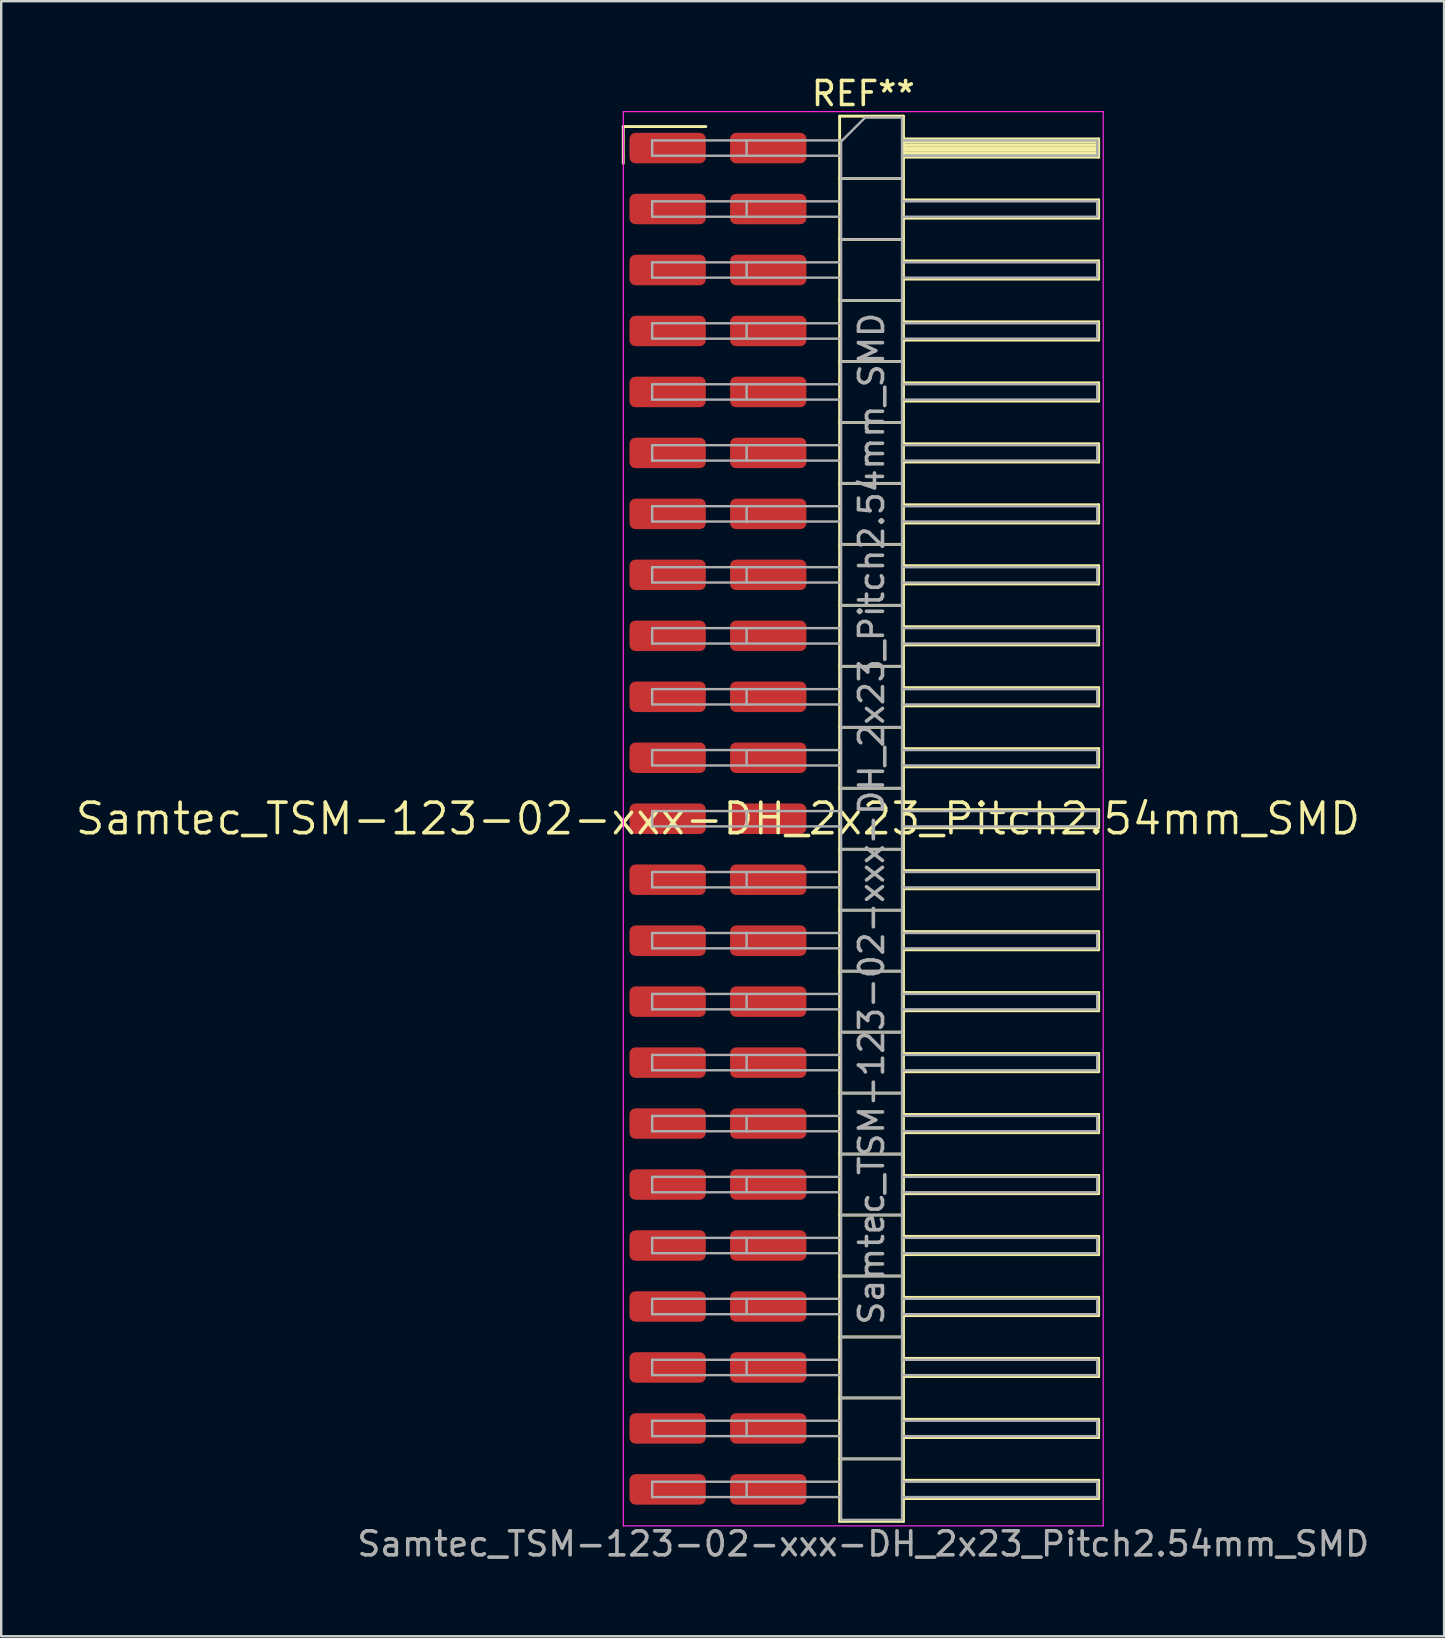
<source format=kicad_pcb>
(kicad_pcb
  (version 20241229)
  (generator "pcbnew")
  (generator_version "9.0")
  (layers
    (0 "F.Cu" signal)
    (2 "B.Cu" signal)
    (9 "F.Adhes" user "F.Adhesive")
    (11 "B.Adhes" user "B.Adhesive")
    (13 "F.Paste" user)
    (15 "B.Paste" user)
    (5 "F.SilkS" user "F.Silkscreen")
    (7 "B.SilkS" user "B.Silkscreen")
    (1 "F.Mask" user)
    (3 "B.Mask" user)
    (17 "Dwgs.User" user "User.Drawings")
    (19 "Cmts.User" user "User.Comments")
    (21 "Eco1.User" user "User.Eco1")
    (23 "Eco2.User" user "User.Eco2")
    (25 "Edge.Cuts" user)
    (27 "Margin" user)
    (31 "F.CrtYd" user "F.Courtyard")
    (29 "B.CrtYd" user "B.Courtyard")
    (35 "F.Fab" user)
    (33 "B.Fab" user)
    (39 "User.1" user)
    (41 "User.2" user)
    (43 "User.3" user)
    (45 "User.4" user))
  (footprint "Samtec_TSM-123-02-xxx-DH_2x23_Pitch2.54mm_SMD"
    (layer "F.Cu")
    (at 26.859 31.058)
    (property "Reference" "Samtec_TSM-123-02-xxx-DH_2x23_Pitch2.54mm_SMD" (at 0 0 0) (layer "F.SilkS") (effects (font (size 1.27 1.27) (thickness 0.15))))
    (attr smd)
    (fp_line (start -3.945 -28.835) (end -0.505 -28.835) (stroke (width 0.12) (type solid)) (layer "F.SilkS"))
    (fp_line (start -3.945 -27.305) (end -3.945 -28.835) (stroke (width 0.12) (type solid)) (layer "F.SilkS"))
    (fp_line (start 5.07 -29.27) (end 7.73 -29.27) (stroke (width 0.12) (type solid)) (layer "F.SilkS"))
    (fp_line (start 5.07 -26.67) (end 7.73 -26.67) (stroke (width 0.12) (type solid)) (layer "F.SilkS"))
    (fp_line (start 5.07 -24.13) (end 7.73 -24.13) (stroke (width 0.12) (type solid)) (layer "F.SilkS"))
    (fp_line (start 5.07 -21.59) (end 7.73 -21.59) (stroke (width 0.12) (type solid)) (layer "F.SilkS"))
    (fp_line (start 5.07 -19.05) (end 7.73 -19.05) (stroke (width 0.12) (type solid)) (layer "F.SilkS"))
    (fp_line (start 5.07 -16.51) (end 7.73 -16.51) (stroke (width 0.12) (type solid)) (layer "F.SilkS"))
    (fp_line (start 5.07 -13.97) (end 7.73 -13.97) (stroke (width 0.12) (type solid)) (layer "F.SilkS"))
    (fp_line (start 5.07 -11.43) (end 7.73 -11.43) (stroke (width 0.12) (type solid)) (layer "F.SilkS"))
    (fp_line (start 5.07 -8.89) (end 7.73 -8.89) (stroke (width 0.12) (type solid)) (layer "F.SilkS"))
    (fp_line (start 5.07 -6.35) (end 7.73 -6.35) (stroke (width 0.12) (type solid)) (layer "F.SilkS"))
    (fp_line (start 5.07 -3.81) (end 7.73 -3.81) (stroke (width 0.12) (type solid)) (layer "F.SilkS"))
    (fp_line (start 5.07 -1.27) (end 7.73 -1.27) (stroke (width 0.12) (type solid)) (layer "F.SilkS"))
    (fp_line (start 5.07 1.27) (end 7.73 1.27) (stroke (width 0.12) (type solid)) (layer "F.SilkS"))
    (fp_line (start 5.07 3.81) (end 7.73 3.81) (stroke (width 0.12) (type solid)) (layer "F.SilkS"))
    (fp_line (start 5.07 6.35) (end 7.73 6.35) (stroke (width 0.12) (type solid)) (layer "F.SilkS"))
    (fp_line (start 5.07 8.89) (end 7.73 8.89) (stroke (width 0.12) (type solid)) (layer "F.SilkS"))
    (fp_line (start 5.07 11.43) (end 7.73 11.43) (stroke (width 0.12) (type solid)) (layer "F.SilkS"))
    (fp_line (start 5.07 13.97) (end 7.73 13.97) (stroke (width 0.12) (type solid)) (layer "F.SilkS"))
    (fp_line (start 5.07 16.51) (end 7.73 16.51) (stroke (width 0.12) (type solid)) (layer "F.SilkS"))
    (fp_line (start 5.07 19.05) (end 7.73 19.05) (stroke (width 0.12) (type solid)) (layer "F.SilkS"))
    (fp_line (start 5.07 21.59) (end 7.73 21.59) (stroke (width 0.12) (type solid)) (layer "F.SilkS"))
    (fp_line (start 5.07 24.13) (end 7.73 24.13) (stroke (width 0.12) (type solid)) (layer "F.SilkS"))
    (fp_line (start 5.07 26.67) (end 7.73 26.67) (stroke (width 0.12) (type solid)) (layer "F.SilkS"))
    (fp_line (start 5.07 29.27) (end 5.07 -29.27) (stroke (width 0.12) (type solid)) (layer "F.SilkS"))
    (fp_line (start 7.73 -29.27) (end 7.73 29.27) (stroke (width 0.12) (type solid)) (layer "F.SilkS"))
    (fp_line (start 7.73 -28.32) (end 15.86 -28.32) (stroke (width 0.12) (type solid)) (layer "F.SilkS"))
    (fp_line (start 7.73 -28.2) (end 15.86 -28.2) (stroke (width 0.12) (type solid)) (layer "F.SilkS"))
    (fp_line (start 7.73 -28.08) (end 15.86 -28.08) (stroke (width 0.12) (type solid)) (layer "F.SilkS"))
    (fp_line (start 7.73 -27.96) (end 15.86 -27.96) (stroke (width 0.12) (type solid)) (layer "F.SilkS"))
    (fp_line (start 7.73 -27.84) (end 15.86 -27.84) (stroke (width 0.12) (type solid)) (layer "F.SilkS"))
    (fp_line (start 7.73 -27.72) (end 15.86 -27.72) (stroke (width 0.12) (type solid)) (layer "F.SilkS"))
    (fp_line (start 7.73 -27.6) (end 15.86 -27.6) (stroke (width 0.12) (type solid)) (layer "F.SilkS"))
    (fp_line (start 7.73 -27.56) (end 15.86 -27.56) (stroke (width 0.12) (type solid)) (layer "F.SilkS"))
    (fp_line (start 7.73 -25.78) (end 15.86 -25.78) (stroke (width 0.12) (type solid)) (layer "F.SilkS"))
    (fp_line (start 7.73 -25.02) (end 15.86 -25.02) (stroke (width 0.12) (type solid)) (layer "F.SilkS"))
    (fp_line (start 7.73 -23.24) (end 15.86 -23.24) (stroke (width 0.12) (type solid)) (layer "F.SilkS"))
    (fp_line (start 7.73 -22.48) (end 15.86 -22.48) (stroke (width 0.12) (type solid)) (layer "F.SilkS"))
    (fp_line (start 7.73 -20.7) (end 15.86 -20.7) (stroke (width 0.12) (type solid)) (layer "F.SilkS"))
    (fp_line (start 7.73 -19.94) (end 15.86 -19.94) (stroke (width 0.12) (type solid)) (layer "F.SilkS"))
    (fp_line (start 7.73 -18.16) (end 15.86 -18.16) (stroke (width 0.12) (type solid)) (layer "F.SilkS"))
    (fp_line (start 7.73 -17.4) (end 15.86 -17.4) (stroke (width 0.12) (type solid)) (layer "F.SilkS"))
    (fp_line (start 7.73 -15.62) (end 15.86 -15.62) (stroke (width 0.12) (type solid)) (layer "F.SilkS"))
    (fp_line (start 7.73 -14.86) (end 15.86 -14.86) (stroke (width 0.12) (type solid)) (layer "F.SilkS"))
    (fp_line (start 7.73 -13.08) (end 15.86 -13.08) (stroke (width 0.12) (type solid)) (layer "F.SilkS"))
    (fp_line (start 7.73 -12.32) (end 15.86 -12.32) (stroke (width 0.12) (type solid)) (layer "F.SilkS"))
    (fp_line (start 7.73 -10.54) (end 15.86 -10.54) (stroke (width 0.12) (type solid)) (layer "F.SilkS"))
    (fp_line (start 7.73 -9.78) (end 15.86 -9.78) (stroke (width 0.12) (type solid)) (layer "F.SilkS"))
    (fp_line (start 7.73 -8) (end 15.86 -8) (stroke (width 0.12) (type solid)) (layer "F.SilkS"))
    (fp_line (start 7.73 -7.24) (end 15.86 -7.24) (stroke (width 0.12) (type solid)) (layer "F.SilkS"))
    (fp_line (start 7.73 -5.46) (end 15.86 -5.46) (stroke (width 0.12) (type solid)) (layer "F.SilkS"))
    (fp_line (start 7.73 -4.7) (end 15.86 -4.7) (stroke (width 0.12) (type solid)) (layer "F.SilkS"))
    (fp_line (start 7.73 -2.92) (end 15.86 -2.92) (stroke (width 0.12) (type solid)) (layer "F.SilkS"))
    (fp_line (start 7.73 -2.16) (end 15.86 -2.16) (stroke (width 0.12) (type solid)) (layer "F.SilkS"))
    (fp_line (start 7.73 -0.38) (end 15.86 -0.38) (stroke (width 0.12) (type solid)) (layer "F.SilkS"))
    (fp_line (start 7.73 0.38) (end 15.86 0.38) (stroke (width 0.12) (type solid)) (layer "F.SilkS"))
    (fp_line (start 7.73 2.16) (end 15.86 2.16) (stroke (width 0.12) (type solid)) (layer "F.SilkS"))
    (fp_line (start 7.73 2.92) (end 15.86 2.92) (stroke (width 0.12) (type solid)) (layer "F.SilkS"))
    (fp_line (start 7.73 4.7) (end 15.86 4.7) (stroke (width 0.12) (type solid)) (layer "F.SilkS"))
    (fp_line (start 7.73 5.46) (end 15.86 5.46) (stroke (width 0.12) (type solid)) (layer "F.SilkS"))
    (fp_line (start 7.73 7.24) (end 15.86 7.24) (stroke (width 0.12) (type solid)) (layer "F.SilkS"))
    (fp_line (start 7.73 8) (end 15.86 8) (stroke (width 0.12) (type solid)) (layer "F.SilkS"))
    (fp_line (start 7.73 9.78) (end 15.86 9.78) (stroke (width 0.12) (type solid)) (layer "F.SilkS"))
    (fp_line (start 7.73 10.54) (end 15.86 10.54) (stroke (width 0.12) (type solid)) (layer "F.SilkS"))
    (fp_line (start 7.73 12.32) (end 15.86 12.32) (stroke (width 0.12) (type solid)) (layer "F.SilkS"))
    (fp_line (start 7.73 13.08) (end 15.86 13.08) (stroke (width 0.12) (type solid)) (layer "F.SilkS"))
    (fp_line (start 7.73 14.86) (end 15.86 14.86) (stroke (width 0.12) (type solid)) (layer "F.SilkS"))
    (fp_line (start 7.73 15.62) (end 15.86 15.62) (stroke (width 0.12) (type solid)) (layer "F.SilkS"))
    (fp_line (start 7.73 17.4) (end 15.86 17.4) (stroke (width 0.12) (type solid)) (layer "F.SilkS"))
    (fp_line (start 7.73 18.16) (end 15.86 18.16) (stroke (width 0.12) (type solid)) (layer "F.SilkS"))
    (fp_line (start 7.73 19.94) (end 15.86 19.94) (stroke (width 0.12) (type solid)) (layer "F.SilkS"))
    (fp_line (start 7.73 20.7) (end 15.86 20.7) (stroke (width 0.12) (type solid)) (layer "F.SilkS"))
    (fp_line (start 7.73 22.48) (end 15.86 22.48) (stroke (width 0.12) (type solid)) (layer "F.SilkS"))
    (fp_line (start 7.73 23.24) (end 15.86 23.24) (stroke (width 0.12) (type solid)) (layer "F.SilkS"))
    (fp_line (start 7.73 25.02) (end 15.86 25.02) (stroke (width 0.12) (type solid)) (layer "F.SilkS"))
    (fp_line (start 7.73 25.78) (end 15.86 25.78) (stroke (width 0.12) (type solid)) (layer "F.SilkS"))
    (fp_line (start 7.73 27.56) (end 15.86 27.56) (stroke (width 0.12) (type solid)) (layer "F.SilkS"))
    (fp_line (start 7.73 28.32) (end 15.86 28.32) (stroke (width 0.12) (type solid)) (layer "F.SilkS"))
    (fp_line (start 7.73 29.27) (end 5.07 29.27) (stroke (width 0.12) (type solid)) (layer "F.SilkS"))
    (fp_line (start 15.86 -28.32) (end 15.86 -27.56) (stroke (width 0.12) (type solid)) (layer "F.SilkS"))
    (fp_line (start 15.86 -25.78) (end 15.86 -25.02) (stroke (width 0.12) (type solid)) (layer "F.SilkS"))
    (fp_line (start 15.86 -23.24) (end 15.86 -22.48) (stroke (width 0.12) (type solid)) (layer "F.SilkS"))
    (fp_line (start 15.86 -20.7) (end 15.86 -19.94) (stroke (width 0.12) (type solid)) (layer "F.SilkS"))
    (fp_line (start 15.86 -18.16) (end 15.86 -17.4) (stroke (width 0.12) (type solid)) (layer "F.SilkS"))
    (fp_line (start 15.86 -15.62) (end 15.86 -14.86) (stroke (width 0.12) (type solid)) (layer "F.SilkS"))
    (fp_line (start 15.86 -13.08) (end 15.86 -12.32) (stroke (width 0.12) (type solid)) (layer "F.SilkS"))
    (fp_line (start 15.86 -10.54) (end 15.86 -9.78) (stroke (width 0.12) (type solid)) (layer "F.SilkS"))
    (fp_line (start 15.86 -8) (end 15.86 -7.24) (stroke (width 0.12) (type solid)) (layer "F.SilkS"))
    (fp_line (start 15.86 -5.46) (end 15.86 -4.7) (stroke (width 0.12) (type solid)) (layer "F.SilkS"))
    (fp_line (start 15.86 -2.92) (end 15.86 -2.16) (stroke (width 0.12) (type solid)) (layer "F.SilkS"))
    (fp_line (start 15.86 -0.38) (end 15.86 0.38) (stroke (width 0.12) (type solid)) (layer "F.SilkS"))
    (fp_line (start 15.86 2.16) (end 15.86 2.92) (stroke (width 0.12) (type solid)) (layer "F.SilkS"))
    (fp_line (start 15.86 4.7) (end 15.86 5.46) (stroke (width 0.12) (type solid)) (layer "F.SilkS"))
    (fp_line (start 15.86 7.24) (end 15.86 8) (stroke (width 0.12) (type solid)) (layer "F.SilkS"))
    (fp_line (start 15.86 9.78) (end 15.86 10.54) (stroke (width 0.12) (type solid)) (layer "F.SilkS"))
    (fp_line (start 15.86 12.32) (end 15.86 13.08) (stroke (width 0.12) (type solid)) (layer "F.SilkS"))
    (fp_line (start 15.86 14.86) (end 15.86 15.62) (stroke (width 0.12) (type solid)) (layer "F.SilkS"))
    (fp_line (start 15.86 17.4) (end 15.86 18.16) (stroke (width 0.12) (type solid)) (layer "F.SilkS"))
    (fp_line (start 15.86 19.94) (end 15.86 20.7) (stroke (width 0.12) (type solid)) (layer "F.SilkS"))
    (fp_line (start 15.86 22.48) (end 15.86 23.24) (stroke (width 0.12) (type solid)) (layer "F.SilkS"))
    (fp_line (start 15.86 25.02) (end 15.86 25.78) (stroke (width 0.12) (type solid)) (layer "F.SilkS"))
    (fp_line (start 15.86 27.56) (end 15.86 28.32) (stroke (width 0.12) (type solid)) (layer "F.SilkS"))
    (fp_line (start -3.94 -29.46) (end 16.05 -29.46) (stroke (width 0.05) (type solid)) (layer "F.CrtYd"))
    (fp_line (start -3.94 29.46) (end -3.94 -29.46) (stroke (width 0.05) (type solid)) (layer "F.CrtYd"))
    (fp_line (start 16.05 -29.46) (end 16.05 29.46) (stroke (width 0.05) (type solid)) (layer "F.CrtYd"))
    (fp_line (start 16.05 29.46) (end -3.94 29.46) (stroke (width 0.05) (type solid)) (layer "F.CrtYd"))
    (fp_line (start -2.74 -28.26) (end -2.74 -27.62) (stroke (width 0.1) (type solid)) (layer "F.Fab"))
    (fp_line (start -2.74 -28.26) (end 5.13 -28.26) (stroke (width 0.1) (type solid)) (layer "F.Fab"))
    (fp_line (start -2.74 -27.62) (end 5.13 -27.62) (stroke (width 0.1) (type solid)) (layer "F.Fab"))
    (fp_line (start -2.74 -25.72) (end -2.74 -25.08) (stroke (width 0.1) (type solid)) (layer "F.Fab"))
    (fp_line (start -2.74 -25.72) (end 5.13 -25.72) (stroke (width 0.1) (type solid)) (layer "F.Fab"))
    (fp_line (start -2.74 -25.08) (end 5.13 -25.08) (stroke (width 0.1) (type solid)) (layer "F.Fab"))
    (fp_line (start -2.74 -23.18) (end -2.74 -22.54) (stroke (width 0.1) (type solid)) (layer "F.Fab"))
    (fp_line (start -2.74 -23.18) (end 5.13 -23.18) (stroke (width 0.1) (type solid)) (layer "F.Fab"))
    (fp_line (start -2.74 -22.54) (end 5.13 -22.54) (stroke (width 0.1) (type solid)) (layer "F.Fab"))
    (fp_line (start -2.74 -20.64) (end -2.74 -20) (stroke (width 0.1) (type solid)) (layer "F.Fab"))
    (fp_line (start -2.74 -20.64) (end 5.13 -20.64) (stroke (width 0.1) (type solid)) (layer "F.Fab"))
    (fp_line (start -2.74 -20) (end 5.13 -20) (stroke (width 0.1) (type solid)) (layer "F.Fab"))
    (fp_line (start -2.74 -18.1) (end -2.74 -17.46) (stroke (width 0.1) (type solid)) (layer "F.Fab"))
    (fp_line (start -2.74 -18.1) (end 5.13 -18.1) (stroke (width 0.1) (type solid)) (layer "F.Fab"))
    (fp_line (start -2.74 -17.46) (end 5.13 -17.46) (stroke (width 0.1) (type solid)) (layer "F.Fab"))
    (fp_line (start -2.74 -15.56) (end -2.74 -14.92) (stroke (width 0.1) (type solid)) (layer "F.Fab"))
    (fp_line (start -2.74 -15.56) (end 5.13 -15.56) (stroke (width 0.1) (type solid)) (layer "F.Fab"))
    (fp_line (start -2.74 -14.92) (end 5.13 -14.92) (stroke (width 0.1) (type solid)) (layer "F.Fab"))
    (fp_line (start -2.74 -13.02) (end -2.74 -12.38) (stroke (width 0.1) (type solid)) (layer "F.Fab"))
    (fp_line (start -2.74 -13.02) (end 5.13 -13.02) (stroke (width 0.1) (type solid)) (layer "F.Fab"))
    (fp_line (start -2.74 -12.38) (end 5.13 -12.38) (stroke (width 0.1) (type solid)) (layer "F.Fab"))
    (fp_line (start -2.74 -10.48) (end -2.74 -9.84) (stroke (width 0.1) (type solid)) (layer "F.Fab"))
    (fp_line (start -2.74 -10.48) (end 5.13 -10.48) (stroke (width 0.1) (type solid)) (layer "F.Fab"))
    (fp_line (start -2.74 -9.84) (end 5.13 -9.84) (stroke (width 0.1) (type solid)) (layer "F.Fab"))
    (fp_line (start -2.74 -7.94) (end -2.74 -7.3) (stroke (width 0.1) (type solid)) (layer "F.Fab"))
    (fp_line (start -2.74 -7.94) (end 5.13 -7.94) (stroke (width 0.1) (type solid)) (layer "F.Fab"))
    (fp_line (start -2.74 -7.3) (end 5.13 -7.3) (stroke (width 0.1) (type solid)) (layer "F.Fab"))
    (fp_line (start -2.74 -5.4) (end -2.74 -4.76) (stroke (width 0.1) (type solid)) (layer "F.Fab"))
    (fp_line (start -2.74 -5.4) (end 5.13 -5.4) (stroke (width 0.1) (type solid)) (layer "F.Fab"))
    (fp_line (start -2.74 -4.76) (end 5.13 -4.76) (stroke (width 0.1) (type solid)) (layer "F.Fab"))
    (fp_line (start -2.74 -2.86) (end -2.74 -2.22) (stroke (width 0.1) (type solid)) (layer "F.Fab"))
    (fp_line (start -2.74 -2.86) (end 5.13 -2.86) (stroke (width 0.1) (type solid)) (layer "F.Fab"))
    (fp_line (start -2.74 -2.22) (end 5.13 -2.22) (stroke (width 0.1) (type solid)) (layer "F.Fab"))
    (fp_line (start -2.74 -0.32) (end -2.74 0.32) (stroke (width 0.1) (type solid)) (layer "F.Fab"))
    (fp_line (start -2.74 -0.32) (end 5.13 -0.32) (stroke (width 0.1) (type solid)) (layer "F.Fab"))
    (fp_line (start -2.74 0.32) (end 5.13 0.32) (stroke (width 0.1) (type solid)) (layer "F.Fab"))
    (fp_line (start -2.74 2.22) (end -2.74 2.86) (stroke (width 0.1) (type solid)) (layer "F.Fab"))
    (fp_line (start -2.74 2.22) (end 5.13 2.22) (stroke (width 0.1) (type solid)) (layer "F.Fab"))
    (fp_line (start -2.74 2.86) (end 5.13 2.86) (stroke (width 0.1) (type solid)) (layer "F.Fab"))
    (fp_line (start -2.74 4.76) (end -2.74 5.4) (stroke (width 0.1) (type solid)) (layer "F.Fab"))
    (fp_line (start -2.74 4.76) (end 5.13 4.76) (stroke (width 0.1) (type solid)) (layer "F.Fab"))
    (fp_line (start -2.74 5.4) (end 5.13 5.4) (stroke (width 0.1) (type solid)) (layer "F.Fab"))
    (fp_line (start -2.74 7.3) (end -2.74 7.94) (stroke (width 0.1) (type solid)) (layer "F.Fab"))
    (fp_line (start -2.74 7.3) (end 5.13 7.3) (stroke (width 0.1) (type solid)) (layer "F.Fab"))
    (fp_line (start -2.74 7.94) (end 5.13 7.94) (stroke (width 0.1) (type solid)) (layer "F.Fab"))
    (fp_line (start -2.74 9.84) (end -2.74 10.48) (stroke (width 0.1) (type solid)) (layer "F.Fab"))
    (fp_line (start -2.74 9.84) (end 5.13 9.84) (stroke (width 0.1) (type solid)) (layer "F.Fab"))
    (fp_line (start -2.74 10.48) (end 5.13 10.48) (stroke (width 0.1) (type solid)) (layer "F.Fab"))
    (fp_line (start -2.74 12.38) (end -2.74 13.02) (stroke (width 0.1) (type solid)) (layer "F.Fab"))
    (fp_line (start -2.74 12.38) (end 5.13 12.38) (stroke (width 0.1) (type solid)) (layer "F.Fab"))
    (fp_line (start -2.74 13.02) (end 5.13 13.02) (stroke (width 0.1) (type solid)) (layer "F.Fab"))
    (fp_line (start -2.74 14.92) (end -2.74 15.56) (stroke (width 0.1) (type solid)) (layer "F.Fab"))
    (fp_line (start -2.74 14.92) (end 5.13 14.92) (stroke (width 0.1) (type solid)) (layer "F.Fab"))
    (fp_line (start -2.74 15.56) (end 5.13 15.56) (stroke (width 0.1) (type solid)) (layer "F.Fab"))
    (fp_line (start -2.74 17.46) (end -2.74 18.1) (stroke (width 0.1) (type solid)) (layer "F.Fab"))
    (fp_line (start -2.74 17.46) (end 5.13 17.46) (stroke (width 0.1) (type solid)) (layer "F.Fab"))
    (fp_line (start -2.74 18.1) (end 5.13 18.1) (stroke (width 0.1) (type solid)) (layer "F.Fab"))
    (fp_line (start -2.74 20) (end -2.74 20.64) (stroke (width 0.1) (type solid)) (layer "F.Fab"))
    (fp_line (start -2.74 20) (end 5.13 20) (stroke (width 0.1) (type solid)) (layer "F.Fab"))
    (fp_line (start -2.74 20.64) (end 5.13 20.64) (stroke (width 0.1) (type solid)) (layer "F.Fab"))
    (fp_line (start -2.74 22.54) (end -2.74 23.18) (stroke (width 0.1) (type solid)) (layer "F.Fab"))
    (fp_line (start -2.74 22.54) (end 5.13 22.54) (stroke (width 0.1) (type solid)) (layer "F.Fab"))
    (fp_line (start -2.74 23.18) (end 5.13 23.18) (stroke (width 0.1) (type solid)) (layer "F.Fab"))
    (fp_line (start -2.74 25.08) (end -2.74 25.72) (stroke (width 0.1) (type solid)) (layer "F.Fab"))
    (fp_line (start -2.74 25.08) (end 5.13 25.08) (stroke (width 0.1) (type solid)) (layer "F.Fab"))
    (fp_line (start -2.74 25.72) (end 5.13 25.72) (stroke (width 0.1) (type solid)) (layer "F.Fab"))
    (fp_line (start -2.74 27.62) (end -2.74 28.26) (stroke (width 0.1) (type solid)) (layer "F.Fab"))
    (fp_line (start -2.74 27.62) (end 5.13 27.62) (stroke (width 0.1) (type solid)) (layer "F.Fab"))
    (fp_line (start -2.74 28.26) (end 5.13 28.26) (stroke (width 0.1) (type solid)) (layer "F.Fab"))
    (fp_line (start 1.195 -28.26) (end 1.195 -27.62) (stroke (width 0.1) (type solid)) (layer "F.Fab"))
    (fp_line (start 1.195 -25.72) (end 1.195 -25.08) (stroke (width 0.1) (type solid)) (layer "F.Fab"))
    (fp_line (start 1.195 -23.18) (end 1.195 -22.54) (stroke (width 0.1) (type solid)) (layer "F.Fab"))
    (fp_line (start 1.195 -20.64) (end 1.195 -20) (stroke (width 0.1) (type solid)) (layer "F.Fab"))
    (fp_line (start 1.195 -18.1) (end 1.195 -17.46) (stroke (width 0.1) (type solid)) (layer "F.Fab"))
    (fp_line (start 1.195 -15.56) (end 1.195 -14.92) (stroke (width 0.1) (type solid)) (layer "F.Fab"))
    (fp_line (start 1.195 -13.02) (end 1.195 -12.38) (stroke (width 0.1) (type solid)) (layer "F.Fab"))
    (fp_line (start 1.195 -10.48) (end 1.195 -9.84) (stroke (width 0.1) (type solid)) (layer "F.Fab"))
    (fp_line (start 1.195 -7.94) (end 1.195 -7.3) (stroke (width 0.1) (type solid)) (layer "F.Fab"))
    (fp_line (start 1.195 -5.4) (end 1.195 -4.76) (stroke (width 0.1) (type solid)) (layer "F.Fab"))
    (fp_line (start 1.195 -2.86) (end 1.195 -2.22) (stroke (width 0.1) (type solid)) (layer "F.Fab"))
    (fp_line (start 1.195 -0.32) (end 1.195 0.32) (stroke (width 0.1) (type solid)) (layer "F.Fab"))
    (fp_line (start 1.195 2.22) (end 1.195 2.86) (stroke (width 0.1) (type solid)) (layer "F.Fab"))
    (fp_line (start 1.195 4.76) (end 1.195 5.4) (stroke (width 0.1) (type solid)) (layer "F.Fab"))
    (fp_line (start 1.195 7.3) (end 1.195 7.94) (stroke (width 0.1) (type solid)) (layer "F.Fab"))
    (fp_line (start 1.195 9.84) (end 1.195 10.48) (stroke (width 0.1) (type solid)) (layer "F.Fab"))
    (fp_line (start 1.195 12.38) (end 1.195 13.02) (stroke (width 0.1) (type solid)) (layer "F.Fab"))
    (fp_line (start 1.195 14.92) (end 1.195 15.56) (stroke (width 0.1) (type solid)) (layer "F.Fab"))
    (fp_line (start 1.195 17.46) (end 1.195 18.1) (stroke (width 0.1) (type solid)) (layer "F.Fab"))
    (fp_line (start 1.195 20) (end 1.195 20.64) (stroke (width 0.1) (type solid)) (layer "F.Fab"))
    (fp_line (start 1.195 22.54) (end 1.195 23.18) (stroke (width 0.1) (type solid)) (layer "F.Fab"))
    (fp_line (start 1.195 25.08) (end 1.195 25.72) (stroke (width 0.1) (type solid)) (layer "F.Fab"))
    (fp_line (start 1.195 27.62) (end 1.195 28.26) (stroke (width 0.1) (type solid)) (layer "F.Fab"))
    (fp_line (start 5.13 -28.21) (end 6.13 -29.21) (stroke (width 0.1) (type solid)) (layer "F.Fab"))
    (fp_line (start 5.13 -26.67) (end 7.67 -26.67) (stroke (width 0.1) (type solid)) (layer "F.Fab"))
    (fp_line (start 5.13 -24.13) (end 7.67 -24.13) (stroke (width 0.1) (type solid)) (layer "F.Fab"))
    (fp_line (start 5.13 -21.59) (end 7.67 -21.59) (stroke (width 0.1) (type solid)) (layer "F.Fab"))
    (fp_line (start 5.13 -19.05) (end 7.67 -19.05) (stroke (width 0.1) (type solid)) (layer "F.Fab"))
    (fp_line (start 5.13 -16.51) (end 7.67 -16.51) (stroke (width 0.1) (type solid)) (layer "F.Fab"))
    (fp_line (start 5.13 -13.97) (end 7.67 -13.97) (stroke (width 0.1) (type solid)) (layer "F.Fab"))
    (fp_line (start 5.13 -11.43) (end 7.67 -11.43) (stroke (width 0.1) (type solid)) (layer "F.Fab"))
    (fp_line (start 5.13 -8.89) (end 7.67 -8.89) (stroke (width 0.1) (type solid)) (layer "F.Fab"))
    (fp_line (start 5.13 -6.35) (end 7.67 -6.35) (stroke (width 0.1) (type solid)) (layer "F.Fab"))
    (fp_line (start 5.13 -3.81) (end 7.67 -3.81) (stroke (width 0.1) (type solid)) (layer "F.Fab"))
    (fp_line (start 5.13 -1.27) (end 7.67 -1.27) (stroke (width 0.1) (type solid)) (layer "F.Fab"))
    (fp_line (start 5.13 1.27) (end 7.67 1.27) (stroke (width 0.1) (type solid)) (layer "F.Fab"))
    (fp_line (start 5.13 3.81) (end 7.67 3.81) (stroke (width 0.1) (type solid)) (layer "F.Fab"))
    (fp_line (start 5.13 6.35) (end 7.67 6.35) (stroke (width 0.1) (type solid)) (layer "F.Fab"))
    (fp_line (start 5.13 8.89) (end 7.67 8.89) (stroke (width 0.1) (type solid)) (layer "F.Fab"))
    (fp_line (start 5.13 11.43) (end 7.67 11.43) (stroke (width 0.1) (type solid)) (layer "F.Fab"))
    (fp_line (start 5.13 13.97) (end 7.67 13.97) (stroke (width 0.1) (type solid)) (layer "F.Fab"))
    (fp_line (start 5.13 16.51) (end 7.67 16.51) (stroke (width 0.1) (type solid)) (layer "F.Fab"))
    (fp_line (start 5.13 19.05) (end 7.67 19.05) (stroke (width 0.1) (type solid)) (layer "F.Fab"))
    (fp_line (start 5.13 21.59) (end 7.67 21.59) (stroke (width 0.1) (type solid)) (layer "F.Fab"))
    (fp_line (start 5.13 24.13) (end 7.67 24.13) (stroke (width 0.1) (type solid)) (layer "F.Fab"))
    (fp_line (start 5.13 26.67) (end 7.67 26.67) (stroke (width 0.1) (type solid)) (layer "F.Fab"))
    (fp_line (start 5.13 29.21) (end 5.13 -28.21) (stroke (width 0.1) (type solid)) (layer "F.Fab"))
    (fp_line (start 6.13 -29.21) (end 7.67 -29.21) (stroke (width 0.1) (type solid)) (layer "F.Fab"))
    (fp_line (start 7.67 -29.21) (end 7.67 29.21) (stroke (width 0.1) (type solid)) (layer "F.Fab"))
    (fp_line (start 7.67 -28.26) (end 15.8 -28.26) (stroke (width 0.1) (type solid)) (layer "F.Fab"))
    (fp_line (start 7.67 -27.62) (end 15.8 -27.62) (stroke (width 0.1) (type solid)) (layer "F.Fab"))
    (fp_line (start 7.67 -25.72) (end 15.8 -25.72) (stroke (width 0.1) (type solid)) (layer "F.Fab"))
    (fp_line (start 7.67 -25.08) (end 15.8 -25.08) (stroke (width 0.1) (type solid)) (layer "F.Fab"))
    (fp_line (start 7.67 -23.18) (end 15.8 -23.18) (stroke (width 0.1) (type solid)) (layer "F.Fab"))
    (fp_line (start 7.67 -22.54) (end 15.8 -22.54) (stroke (width 0.1) (type solid)) (layer "F.Fab"))
    (fp_line (start 7.67 -20.64) (end 15.8 -20.64) (stroke (width 0.1) (type solid)) (layer "F.Fab"))
    (fp_line (start 7.67 -20) (end 15.8 -20) (stroke (width 0.1) (type solid)) (layer "F.Fab"))
    (fp_line (start 7.67 -18.1) (end 15.8 -18.1) (stroke (width 0.1) (type solid)) (layer "F.Fab"))
    (fp_line (start 7.67 -17.46) (end 15.8 -17.46) (stroke (width 0.1) (type solid)) (layer "F.Fab"))
    (fp_line (start 7.67 -15.56) (end 15.8 -15.56) (stroke (width 0.1) (type solid)) (layer "F.Fab"))
    (fp_line (start 7.67 -14.92) (end 15.8 -14.92) (stroke (width 0.1) (type solid)) (layer "F.Fab"))
    (fp_line (start 7.67 -13.02) (end 15.8 -13.02) (stroke (width 0.1) (type solid)) (layer "F.Fab"))
    (fp_line (start 7.67 -12.38) (end 15.8 -12.38) (stroke (width 0.1) (type solid)) (layer "F.Fab"))
    (fp_line (start 7.67 -10.48) (end 15.8 -10.48) (stroke (width 0.1) (type solid)) (layer "F.Fab"))
    (fp_line (start 7.67 -9.84) (end 15.8 -9.84) (stroke (width 0.1) (type solid)) (layer "F.Fab"))
    (fp_line (start 7.67 -7.94) (end 15.8 -7.94) (stroke (width 0.1) (type solid)) (layer "F.Fab"))
    (fp_line (start 7.67 -7.3) (end 15.8 -7.3) (stroke (width 0.1) (type solid)) (layer "F.Fab"))
    (fp_line (start 7.67 -5.4) (end 15.8 -5.4) (stroke (width 0.1) (type solid)) (layer "F.Fab"))
    (fp_line (start 7.67 -4.76) (end 15.8 -4.76) (stroke (width 0.1) (type solid)) (layer "F.Fab"))
    (fp_line (start 7.67 -2.86) (end 15.8 -2.86) (stroke (width 0.1) (type solid)) (layer "F.Fab"))
    (fp_line (start 7.67 -2.22) (end 15.8 -2.22) (stroke (width 0.1) (type solid)) (layer "F.Fab"))
    (fp_line (start 7.67 -0.32) (end 15.8 -0.32) (stroke (width 0.1) (type solid)) (layer "F.Fab"))
    (fp_line (start 7.67 0.32) (end 15.8 0.32) (stroke (width 0.1) (type solid)) (layer "F.Fab"))
    (fp_line (start 7.67 2.22) (end 15.8 2.22) (stroke (width 0.1) (type solid)) (layer "F.Fab"))
    (fp_line (start 7.67 2.86) (end 15.8 2.86) (stroke (width 0.1) (type solid)) (layer "F.Fab"))
    (fp_line (start 7.67 4.76) (end 15.8 4.76) (stroke (width 0.1) (type solid)) (layer "F.Fab"))
    (fp_line (start 7.67 5.4) (end 15.8 5.4) (stroke (width 0.1) (type solid)) (layer "F.Fab"))
    (fp_line (start 7.67 7.3) (end 15.8 7.3) (stroke (width 0.1) (type solid)) (layer "F.Fab"))
    (fp_line (start 7.67 7.94) (end 15.8 7.94) (stroke (width 0.1) (type solid)) (layer "F.Fab"))
    (fp_line (start 7.67 9.84) (end 15.8 9.84) (stroke (width 0.1) (type solid)) (layer "F.Fab"))
    (fp_line (start 7.67 10.48) (end 15.8 10.48) (stroke (width 0.1) (type solid)) (layer "F.Fab"))
    (fp_line (start 7.67 12.38) (end 15.8 12.38) (stroke (width 0.1) (type solid)) (layer "F.Fab"))
    (fp_line (start 7.67 13.02) (end 15.8 13.02) (stroke (width 0.1) (type solid)) (layer "F.Fab"))
    (fp_line (start 7.67 14.92) (end 15.8 14.92) (stroke (width 0.1) (type solid)) (layer "F.Fab"))
    (fp_line (start 7.67 15.56) (end 15.8 15.56) (stroke (width 0.1) (type solid)) (layer "F.Fab"))
    (fp_line (start 7.67 17.46) (end 15.8 17.46) (stroke (width 0.1) (type solid)) (layer "F.Fab"))
    (fp_line (start 7.67 18.1) (end 15.8 18.1) (stroke (width 0.1) (type solid)) (layer "F.Fab"))
    (fp_line (start 7.67 20) (end 15.8 20) (stroke (width 0.1) (type solid)) (layer "F.Fab"))
    (fp_line (start 7.67 20.64) (end 15.8 20.64) (stroke (width 0.1) (type solid)) (layer "F.Fab"))
    (fp_line (start 7.67 22.54) (end 15.8 22.54) (stroke (width 0.1) (type solid)) (layer "F.Fab"))
    (fp_line (start 7.67 23.18) (end 15.8 23.18) (stroke (width 0.1) (type solid)) (layer "F.Fab"))
    (fp_line (start 7.67 25.08) (end 15.8 25.08) (stroke (width 0.1) (type solid)) (layer "F.Fab"))
    (fp_line (start 7.67 25.72) (end 15.8 25.72) (stroke (width 0.1) (type solid)) (layer "F.Fab"))
    (fp_line (start 7.67 27.62) (end 15.8 27.62) (stroke (width 0.1) (type solid)) (layer "F.Fab"))
    (fp_line (start 7.67 28.26) (end 15.8 28.26) (stroke (width 0.1) (type solid)) (layer "F.Fab"))
    (fp_line (start 7.67 29.21) (end 5.13 29.21) (stroke (width 0.1) (type solid)) (layer "F.Fab"))
    (fp_line (start 15.8 -28.26) (end 15.8 -27.62) (stroke (width 0.1) (type solid)) (layer "F.Fab"))
    (fp_line (start 15.8 -25.72) (end 15.8 -25.08) (stroke (width 0.1) (type solid)) (layer "F.Fab"))
    (fp_line (start 15.8 -23.18) (end 15.8 -22.54) (stroke (width 0.1) (type solid)) (layer "F.Fab"))
    (fp_line (start 15.8 -20.64) (end 15.8 -20) (stroke (width 0.1) (type solid)) (layer "F.Fab"))
    (fp_line (start 15.8 -18.1) (end 15.8 -17.46) (stroke (width 0.1) (type solid)) (layer "F.Fab"))
    (fp_line (start 15.8 -15.56) (end 15.8 -14.92) (stroke (width 0.1) (type solid)) (layer "F.Fab"))
    (fp_line (start 15.8 -13.02) (end 15.8 -12.38) (stroke (width 0.1) (type solid)) (layer "F.Fab"))
    (fp_line (start 15.8 -10.48) (end 15.8 -9.84) (stroke (width 0.1) (type solid)) (layer "F.Fab"))
    (fp_line (start 15.8 -7.94) (end 15.8 -7.3) (stroke (width 0.1) (type solid)) (layer "F.Fab"))
    (fp_line (start 15.8 -5.4) (end 15.8 -4.76) (stroke (width 0.1) (type solid)) (layer "F.Fab"))
    (fp_line (start 15.8 -2.86) (end 15.8 -2.22) (stroke (width 0.1) (type solid)) (layer "F.Fab"))
    (fp_line (start 15.8 -0.32) (end 15.8 0.32) (stroke (width 0.1) (type solid)) (layer "F.Fab"))
    (fp_line (start 15.8 2.22) (end 15.8 2.86) (stroke (width 0.1) (type solid)) (layer "F.Fab"))
    (fp_line (start 15.8 4.76) (end 15.8 5.4) (stroke (width 0.1) (type solid)) (layer "F.Fab"))
    (fp_line (start 15.8 7.3) (end 15.8 7.94) (stroke (width 0.1) (type solid)) (layer "F.Fab"))
    (fp_line (start 15.8 9.84) (end 15.8 10.48) (stroke (width 0.1) (type solid)) (layer "F.Fab"))
    (fp_line (start 15.8 12.38) (end 15.8 13.02) (stroke (width 0.1) (type solid)) (layer "F.Fab"))
    (fp_line (start 15.8 14.92) (end 15.8 15.56) (stroke (width 0.1) (type solid)) (layer "F.Fab"))
    (fp_line (start 15.8 17.46) (end 15.8 18.1) (stroke (width 0.1) (type solid)) (layer "F.Fab"))
    (fp_line (start 15.8 20) (end 15.8 20.64) (stroke (width 0.1) (type solid)) (layer "F.Fab"))
    (fp_line (start 15.8 22.54) (end 15.8 23.18) (stroke (width 0.1) (type solid)) (layer "F.Fab"))
    (fp_line (start 15.8 25.08) (end 15.8 25.72) (stroke (width 0.1) (type solid)) (layer "F.Fab"))
    (fp_line (start 15.8 27.62) (end 15.8 28.26) (stroke (width 0.1) (type solid)) (layer "F.Fab"))
    (fp_text user "REF**" (at 6.055 -30.21 0) (layer "F.SilkS") (effects (font (size 1 1) (thickness 0.15))))
    (fp_text user "${REFERENCE}" (at 6.4 0 90) (layer "F.Fab") (effects (font (size 1 1) (thickness 0.15))))
    (fp_text user "Samtec_TSM-123-02-xxx-DH_2x23_Pitch2.54mm_SMD" (at 6.055 30.21 0) (layer "F.Fab") (effects (font (size 1 1) (thickness 0.15))))
    (pad "1" smd roundrect (at -2.095 -27.94) (size 3.18 1.27) (layers "F.Cu" "F.Mask" "F.Paste") (roundrect_rratio 0.197))
    (pad "2" smd roundrect (at 2.095 -27.94) (size 3.18 1.27) (layers "F.Cu" "F.Mask" "F.Paste") (roundrect_rratio 0.197))
    (pad "3" smd roundrect (at -2.095 -25.4) (size 3.18 1.27) (layers "F.Cu" "F.Mask" "F.Paste") (roundrect_rratio 0.197))
    (pad "4" smd roundrect (at 2.095 -25.4) (size 3.18 1.27) (layers "F.Cu" "F.Mask" "F.Paste") (roundrect_rratio 0.197))
    (pad "5" smd roundrect (at -2.095 -22.86) (size 3.18 1.27) (layers "F.Cu" "F.Mask" "F.Paste") (roundrect_rratio 0.197))
    (pad "6" smd roundrect (at 2.095 -22.86) (size 3.18 1.27) (layers "F.Cu" "F.Mask" "F.Paste") (roundrect_rratio 0.197))
    (pad "7" smd roundrect (at -2.095 -20.32) (size 3.18 1.27) (layers "F.Cu" "F.Mask" "F.Paste") (roundrect_rratio 0.197))
    (pad "8" smd roundrect (at 2.095 -20.32) (size 3.18 1.27) (layers "F.Cu" "F.Mask" "F.Paste") (roundrect_rratio 0.197))
    (pad "9" smd roundrect (at -2.095 -17.78) (size 3.18 1.27) (layers "F.Cu" "F.Mask" "F.Paste") (roundrect_rratio 0.197))
    (pad "10" smd roundrect (at 2.095 -17.78) (size 3.18 1.27) (layers "F.Cu" "F.Mask" "F.Paste") (roundrect_rratio 0.197))
    (pad "11" smd roundrect (at -2.095 -15.24) (size 3.18 1.27) (layers "F.Cu" "F.Mask" "F.Paste") (roundrect_rratio 0.197))
    (pad "12" smd roundrect (at 2.095 -15.24) (size 3.18 1.27) (layers "F.Cu" "F.Mask" "F.Paste") (roundrect_rratio 0.197))
    (pad "13" smd roundrect (at -2.095 -12.7) (size 3.18 1.27) (layers "F.Cu" "F.Mask" "F.Paste") (roundrect_rratio 0.197))
    (pad "14" smd roundrect (at 2.095 -12.7) (size 3.18 1.27) (layers "F.Cu" "F.Mask" "F.Paste") (roundrect_rratio 0.197))
    (pad "15" smd roundrect (at -2.095 -10.16) (size 3.18 1.27) (layers "F.Cu" "F.Mask" "F.Paste") (roundrect_rratio 0.197))
    (pad "16" smd roundrect (at 2.095 -10.16) (size 3.18 1.27) (layers "F.Cu" "F.Mask" "F.Paste") (roundrect_rratio 0.197))
    (pad "17" smd roundrect (at -2.095 -7.62) (size 3.18 1.27) (layers "F.Cu" "F.Mask" "F.Paste") (roundrect_rratio 0.197))
    (pad "18" smd roundrect (at 2.095 -7.62) (size 3.18 1.27) (layers "F.Cu" "F.Mask" "F.Paste") (roundrect_rratio 0.197))
    (pad "19" smd roundrect (at -2.095 -5.08) (size 3.18 1.27) (layers "F.Cu" "F.Mask" "F.Paste") (roundrect_rratio 0.197))
    (pad "20" smd roundrect (at 2.095 -5.08) (size 3.18 1.27) (layers "F.Cu" "F.Mask" "F.Paste") (roundrect_rratio 0.197))
    (pad "21" smd roundrect (at -2.095 -2.54) (size 3.18 1.27) (layers "F.Cu" "F.Mask" "F.Paste") (roundrect_rratio 0.197))
    (pad "22" smd roundrect (at 2.095 -2.54) (size 3.18 1.27) (layers "F.Cu" "F.Mask" "F.Paste") (roundrect_rratio 0.197))
    (pad "23" smd roundrect (at -2.095 0) (size 3.18 1.27) (layers "F.Cu" "F.Mask" "F.Paste") (roundrect_rratio 0.197))
    (pad "24" smd roundrect (at 2.095 0) (size 3.18 1.27) (layers "F.Cu" "F.Mask" "F.Paste") (roundrect_rratio 0.197))
    (pad "25" smd roundrect (at -2.095 2.54) (size 3.18 1.27) (layers "F.Cu" "F.Mask" "F.Paste") (roundrect_rratio 0.197))
    (pad "26" smd roundrect (at 2.095 2.54) (size 3.18 1.27) (layers "F.Cu" "F.Mask" "F.Paste") (roundrect_rratio 0.197))
    (pad "27" smd roundrect (at -2.095 5.08) (size 3.18 1.27) (layers "F.Cu" "F.Mask" "F.Paste") (roundrect_rratio 0.197))
    (pad "28" smd roundrect (at 2.095 5.08) (size 3.18 1.27) (layers "F.Cu" "F.Mask" "F.Paste") (roundrect_rratio 0.197))
    (pad "29" smd roundrect (at -2.095 7.62) (size 3.18 1.27) (layers "F.Cu" "F.Mask" "F.Paste") (roundrect_rratio 0.197))
    (pad "30" smd roundrect (at 2.095 7.62) (size 3.18 1.27) (layers "F.Cu" "F.Mask" "F.Paste") (roundrect_rratio 0.197))
    (pad "31" smd roundrect (at -2.095 10.16) (size 3.18 1.27) (layers "F.Cu" "F.Mask" "F.Paste") (roundrect_rratio 0.197))
    (pad "32" smd roundrect (at 2.095 10.16) (size 3.18 1.27) (layers "F.Cu" "F.Mask" "F.Paste") (roundrect_rratio 0.197))
    (pad "33" smd roundrect (at -2.095 12.7) (size 3.18 1.27) (layers "F.Cu" "F.Mask" "F.Paste") (roundrect_rratio 0.197))
    (pad "34" smd roundrect (at 2.095 12.7) (size 3.18 1.27) (layers "F.Cu" "F.Mask" "F.Paste") (roundrect_rratio 0.197))
    (pad "35" smd roundrect (at -2.095 15.24) (size 3.18 1.27) (layers "F.Cu" "F.Mask" "F.Paste") (roundrect_rratio 0.197))
    (pad "36" smd roundrect (at 2.095 15.24) (size 3.18 1.27) (layers "F.Cu" "F.Mask" "F.Paste") (roundrect_rratio 0.197))
    (pad "37" smd roundrect (at -2.095 17.78) (size 3.18 1.27) (layers "F.Cu" "F.Mask" "F.Paste") (roundrect_rratio 0.197))
    (pad "38" smd roundrect (at 2.095 17.78) (size 3.18 1.27) (layers "F.Cu" "F.Mask" "F.Paste") (roundrect_rratio 0.197))
    (pad "39" smd roundrect (at -2.095 20.32) (size 3.18 1.27) (layers "F.Cu" "F.Mask" "F.Paste") (roundrect_rratio 0.197))
    (pad "40" smd roundrect (at 2.095 20.32) (size 3.18 1.27) (layers "F.Cu" "F.Mask" "F.Paste") (roundrect_rratio 0.197))
    (pad "41" smd roundrect (at -2.095 22.86) (size 3.18 1.27) (layers "F.Cu" "F.Mask" "F.Paste") (roundrect_rratio 0.197))
    (pad "42" smd roundrect (at 2.095 22.86) (size 3.18 1.27) (layers "F.Cu" "F.Mask" "F.Paste") (roundrect_rratio 0.197))
    (pad "43" smd roundrect (at -2.095 25.4) (size 3.18 1.27) (layers "F.Cu" "F.Mask" "F.Paste") (roundrect_rratio 0.197))
    (pad "44" smd roundrect (at 2.095 25.4) (size 3.18 1.27) (layers "F.Cu" "F.Mask" "F.Paste") (roundrect_rratio 0.197))
    (pad "45" smd roundrect (at -2.095 27.94) (size 3.18 1.27) (layers "F.Cu" "F.Mask" "F.Paste") (roundrect_rratio 0.197))
    (pad "46" smd roundrect (at 2.095 27.94) (size 3.18 1.27) (layers "F.Cu" "F.Mask" "F.Paste") (roundrect_rratio 0.197)))
  (gr_rect
    (start -3 -3)
    (end 57.11 65.117)
    (stroke (width 0.1) (type default))
    (fill no)
    (layer "Edge.Cuts")))
</source>
